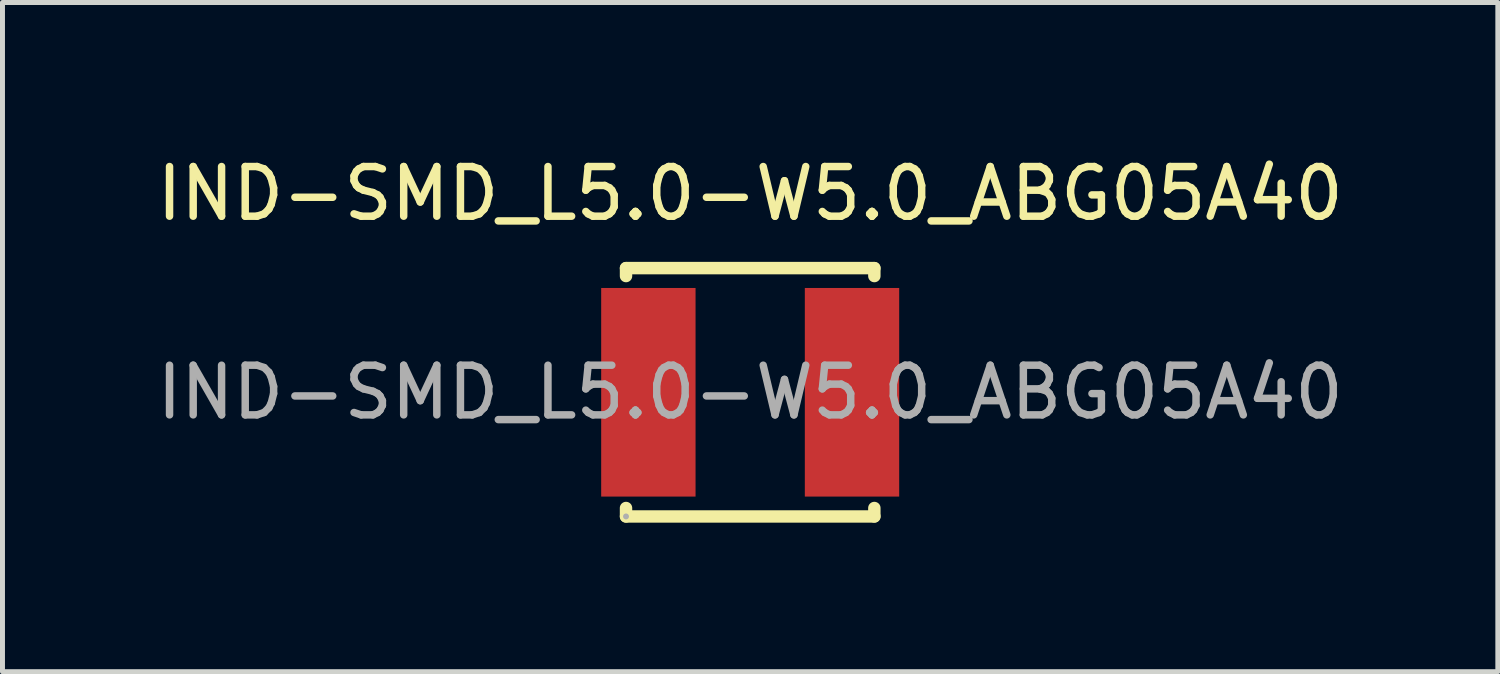
<source format=kicad_pcb>
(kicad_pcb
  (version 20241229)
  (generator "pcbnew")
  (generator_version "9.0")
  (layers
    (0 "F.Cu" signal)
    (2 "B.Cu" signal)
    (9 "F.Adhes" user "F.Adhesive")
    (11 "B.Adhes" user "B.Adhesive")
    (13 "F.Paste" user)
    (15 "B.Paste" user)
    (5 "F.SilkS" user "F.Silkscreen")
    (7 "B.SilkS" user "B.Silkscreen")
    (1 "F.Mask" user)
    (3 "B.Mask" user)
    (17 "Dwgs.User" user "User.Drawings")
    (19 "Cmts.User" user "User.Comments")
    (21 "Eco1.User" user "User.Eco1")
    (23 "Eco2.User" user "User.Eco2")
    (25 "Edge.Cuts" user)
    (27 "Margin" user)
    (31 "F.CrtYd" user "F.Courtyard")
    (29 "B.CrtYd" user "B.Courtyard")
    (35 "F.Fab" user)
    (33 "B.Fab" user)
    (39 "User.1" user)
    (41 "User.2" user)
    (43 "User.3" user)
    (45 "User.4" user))
  (footprint "IND-SMD_L5.0-W5.0_ABG05A40"
    (layer "F.Cu")
    (at 12.054 4.848)
    (property "Reference" "IND-SMD_L5.0-W5.0_ABG05A40" (at 0 -4 0) (layer "F.SilkS") (effects (font (size 1 1) (thickness 0.15))))
    (attr smd)
    (fp_line (start -2.5 -2.5) (end -2.5 -2.34) (stroke (width 0.25) (type solid)) (layer "F.SilkS"))
    (fp_line (start -2.5 -2.5) (end 2.5 -2.5) (stroke (width 0.25) (type solid)) (layer "F.SilkS"))
    (fp_line (start -2.5 2.33) (end -2.5 2.5) (stroke (width 0.25) (type solid)) (layer "F.SilkS"))
    (fp_line (start -2.5 2.5) (end 2.5 2.5) (stroke (width 0.25) (type solid)) (layer "F.SilkS"))
    (fp_line (start 2.5 -2.34) (end 2.5 -2.5) (stroke (width 0.25) (type solid)) (layer "F.SilkS"))
    (fp_line (start 2.5 2.5) (end 2.5 2.33) (stroke (width 0.25) (type solid)) (layer "F.SilkS"))
    (fp_circle (center -2.5 2.5) (end -2.47 2.5) (stroke (width 0.06) (type solid)) (fill no) (layer "F.Fab"))
    (fp_text user "${REFERENCE}" (at 0 0 0) (layer "F.Fab") (effects (font (size 1 1) (thickness 0.15))))
    (pad "1" smd rect (at -2.05 0) (size 1.9 4.2) (layers "F.Cu" "F.Mask" "F.Paste"))
    (pad "2" smd rect (at 2.05 0) (size 1.9 4.2) (layers "F.Cu" "F.Mask" "F.Paste")))
  (gr_rect
    (start -3 -3)
    (end 27.107 10.473)
    (stroke (width 0.1) (type default))
    (fill no)
    (layer "Edge.Cuts")))
</source>
